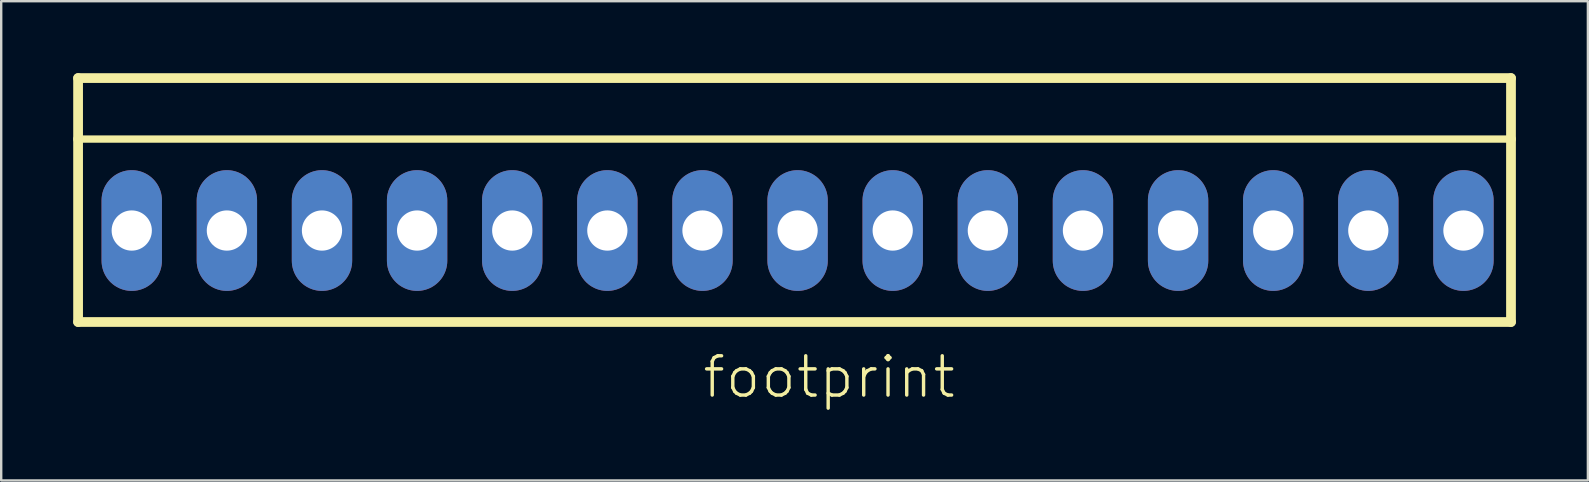
<source format=kicad_pcb>
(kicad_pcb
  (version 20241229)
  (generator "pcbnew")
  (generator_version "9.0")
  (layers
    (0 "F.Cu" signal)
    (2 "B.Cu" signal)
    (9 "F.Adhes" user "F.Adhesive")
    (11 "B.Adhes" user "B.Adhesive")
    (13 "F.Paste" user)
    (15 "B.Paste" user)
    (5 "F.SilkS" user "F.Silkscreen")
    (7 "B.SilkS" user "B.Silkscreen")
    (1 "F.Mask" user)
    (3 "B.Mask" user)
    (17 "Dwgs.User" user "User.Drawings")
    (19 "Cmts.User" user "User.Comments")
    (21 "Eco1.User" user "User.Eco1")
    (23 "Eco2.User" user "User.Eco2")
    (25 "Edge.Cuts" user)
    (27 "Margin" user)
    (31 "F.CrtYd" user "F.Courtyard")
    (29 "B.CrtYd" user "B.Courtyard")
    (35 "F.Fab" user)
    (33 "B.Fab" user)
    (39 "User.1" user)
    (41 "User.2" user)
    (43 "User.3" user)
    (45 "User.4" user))
  (footprint "footprint"
    (layer "F.Cu")
    (at 30.175 6.553)
    (property "Reference" "footprint" (at -4.039 7.061 0) (layer "F.SilkS") (effects (font (size 1.636 1.636) (thickness 0.142)) (justify left bottom)))
    (fp_line (start -29.972 -6.35) (end 29.718 -6.35) (stroke (width 0.406) (type solid)) (layer "F.SilkS"))
    (fp_line (start -29.972 -3.81) (end -29.972 -6.35) (stroke (width 0.406) (type solid)) (layer "F.SilkS"))
    (fp_line (start -29.972 -3.81) (end -29.972 3.81) (stroke (width 0.406) (type solid)) (layer "F.SilkS"))
    (fp_line (start -29.972 -3.81) (end 29.718 -3.81) (stroke (width 0.305) (type solid)) (layer "F.SilkS"))
    (fp_line (start -29.972 3.81) (end 29.718 3.81) (stroke (width 0.406) (type solid)) (layer "F.SilkS"))
    (fp_line (start 29.718 -6.35) (end 29.718 -3.81) (stroke (width 0.406) (type solid)) (layer "F.SilkS"))
    (fp_line (start 29.718 -3.81) (end 29.718 3.81) (stroke (width 0.406) (type solid)) (layer "F.SilkS"))
    (fp_poly (pts (xy -28.245 0.508) (xy -27.229 0.508) (xy -27.229 -0.508) (xy -28.245 -0.508)) (stroke (width 0) (type solid)) (fill yes) (layer "F.SilkS"))
    (fp_poly (pts (xy -24.282 0.508) (xy -23.266 0.508) (xy -23.266 -0.508) (xy -24.282 -0.508)) (stroke (width 0) (type solid)) (fill yes) (layer "F.SilkS"))
    (fp_poly (pts (xy -20.32 0.508) (xy -19.304 0.508) (xy -19.304 -0.508) (xy -20.32 -0.508)) (stroke (width 0) (type solid)) (fill yes) (layer "F.SilkS"))
    (fp_poly (pts (xy -16.358 0.508) (xy -15.342 0.508) (xy -15.342 -0.508) (xy -16.358 -0.508)) (stroke (width 0) (type solid)) (fill yes) (layer "F.SilkS"))
    (fp_poly (pts (xy -12.395 0.508) (xy -11.379 0.508) (xy -11.379 -0.508) (xy -12.395 -0.508)) (stroke (width 0) (type solid)) (fill yes) (layer "F.SilkS"))
    (fp_poly (pts (xy -8.433 0.508) (xy -7.417 0.508) (xy -7.417 -0.508) (xy -8.433 -0.508)) (stroke (width 0) (type solid)) (fill yes) (layer "F.SilkS"))
    (fp_poly (pts (xy -4.47 0.508) (xy -3.454 0.508) (xy -3.454 -0.508) (xy -4.47 -0.508)) (stroke (width 0) (type solid)) (fill yes) (layer "F.SilkS"))
    (fp_poly (pts (xy -0.508 0.508) (xy 0.508 0.508) (xy 0.508 -0.508) (xy -0.508 -0.508)) (stroke (width 0) (type solid)) (fill yes) (layer "F.SilkS"))
    (fp_poly (pts (xy 3.454 0.508) (xy 4.47 0.508) (xy 4.47 -0.508) (xy 3.454 -0.508)) (stroke (width 0) (type solid)) (fill yes) (layer "F.SilkS"))
    (fp_poly (pts (xy 7.417 0.508) (xy 8.433 0.508) (xy 8.433 -0.508) (xy 7.417 -0.508)) (stroke (width 0) (type solid)) (fill yes) (layer "F.SilkS"))
    (fp_poly (pts (xy 11.379 0.508) (xy 12.395 0.508) (xy 12.395 -0.508) (xy 11.379 -0.508)) (stroke (width 0) (type solid)) (fill yes) (layer "F.SilkS"))
    (fp_poly (pts (xy 15.342 0.508) (xy 16.358 0.508) (xy 16.358 -0.508) (xy 15.342 -0.508)) (stroke (width 0) (type solid)) (fill yes) (layer "F.SilkS"))
    (fp_poly (pts (xy 19.304 0.508) (xy 20.32 0.508) (xy 20.32 -0.508) (xy 19.304 -0.508)) (stroke (width 0) (type solid)) (fill yes) (layer "F.SilkS"))
    (fp_poly (pts (xy 23.266 0.508) (xy 24.282 0.508) (xy 24.282 -0.508) (xy 23.266 -0.508)) (stroke (width 0) (type solid)) (fill yes) (layer "F.SilkS"))
    (fp_poly (pts (xy 27.229 0.508) (xy 28.245 0.508) (xy 28.245 -0.508) (xy 27.229 -0.508)) (stroke (width 0) (type solid)) (fill yes) (layer "F.SilkS"))
    (pad "1" thru_hole oval (at 27.737 0 90) (size 5.029 2.515) (drill 1.676) (layers "*.Cu" "*.Mask"))
    (pad "2" thru_hole oval (at 23.774 0 90) (size 5.029 2.515) (drill 1.676) (layers "*.Cu" "*.Mask"))
    (pad "3" thru_hole oval (at 19.812 0 90) (size 5.029 2.515) (drill 1.676) (layers "*.Cu" "*.Mask"))
    (pad "4" thru_hole oval (at 15.85 0 90) (size 5.029 2.515) (drill 1.676) (layers "*.Cu" "*.Mask"))
    (pad "5" thru_hole oval (at 11.887 0 90) (size 5.029 2.515) (drill 1.676) (layers "*.Cu" "*.Mask"))
    (pad "6" thru_hole oval (at 7.925 0 90) (size 5.029 2.515) (drill 1.676) (layers "*.Cu" "*.Mask"))
    (pad "7" thru_hole oval (at 3.962 0 90) (size 5.029 2.515) (drill 1.676) (layers "*.Cu" "*.Mask"))
    (pad "8" thru_hole oval (at 0 0 90) (size 5.029 2.515) (drill 1.676) (layers "*.Cu" "*.Mask"))
    (pad "9" thru_hole oval (at -3.962 0 90) (size 5.029 2.515) (drill 1.676) (layers "*.Cu" "*.Mask"))
    (pad "10" thru_hole oval (at -7.925 0 90) (size 5.029 2.515) (drill 1.676) (layers "*.Cu" "*.Mask"))
    (pad "11" thru_hole oval (at -11.887 0 90) (size 5.029 2.515) (drill 1.676) (layers "*.Cu" "*.Mask"))
    (pad "12" thru_hole oval (at -15.85 0 90) (size 5.029 2.515) (drill 1.676) (layers "*.Cu" "*.Mask"))
    (pad "13" thru_hole oval (at -19.812 0 90) (size 5.029 2.515) (drill 1.676) (layers "*.Cu" "*.Mask"))
    (pad "14" thru_hole oval (at -23.774 0 90) (size 5.029 2.515) (drill 1.676) (layers "*.Cu" "*.Mask"))
    (pad "15" thru_hole oval (at -27.737 0 90) (size 5.029 2.515) (drill 1.676) (layers "*.Cu" "*.Mask")))
  (gr_rect
    (start -3 -3)
    (end 63.096 16.965)
    (stroke (width 0.1) (type default))
    (fill no)
    (layer "Edge.Cuts")))
</source>
